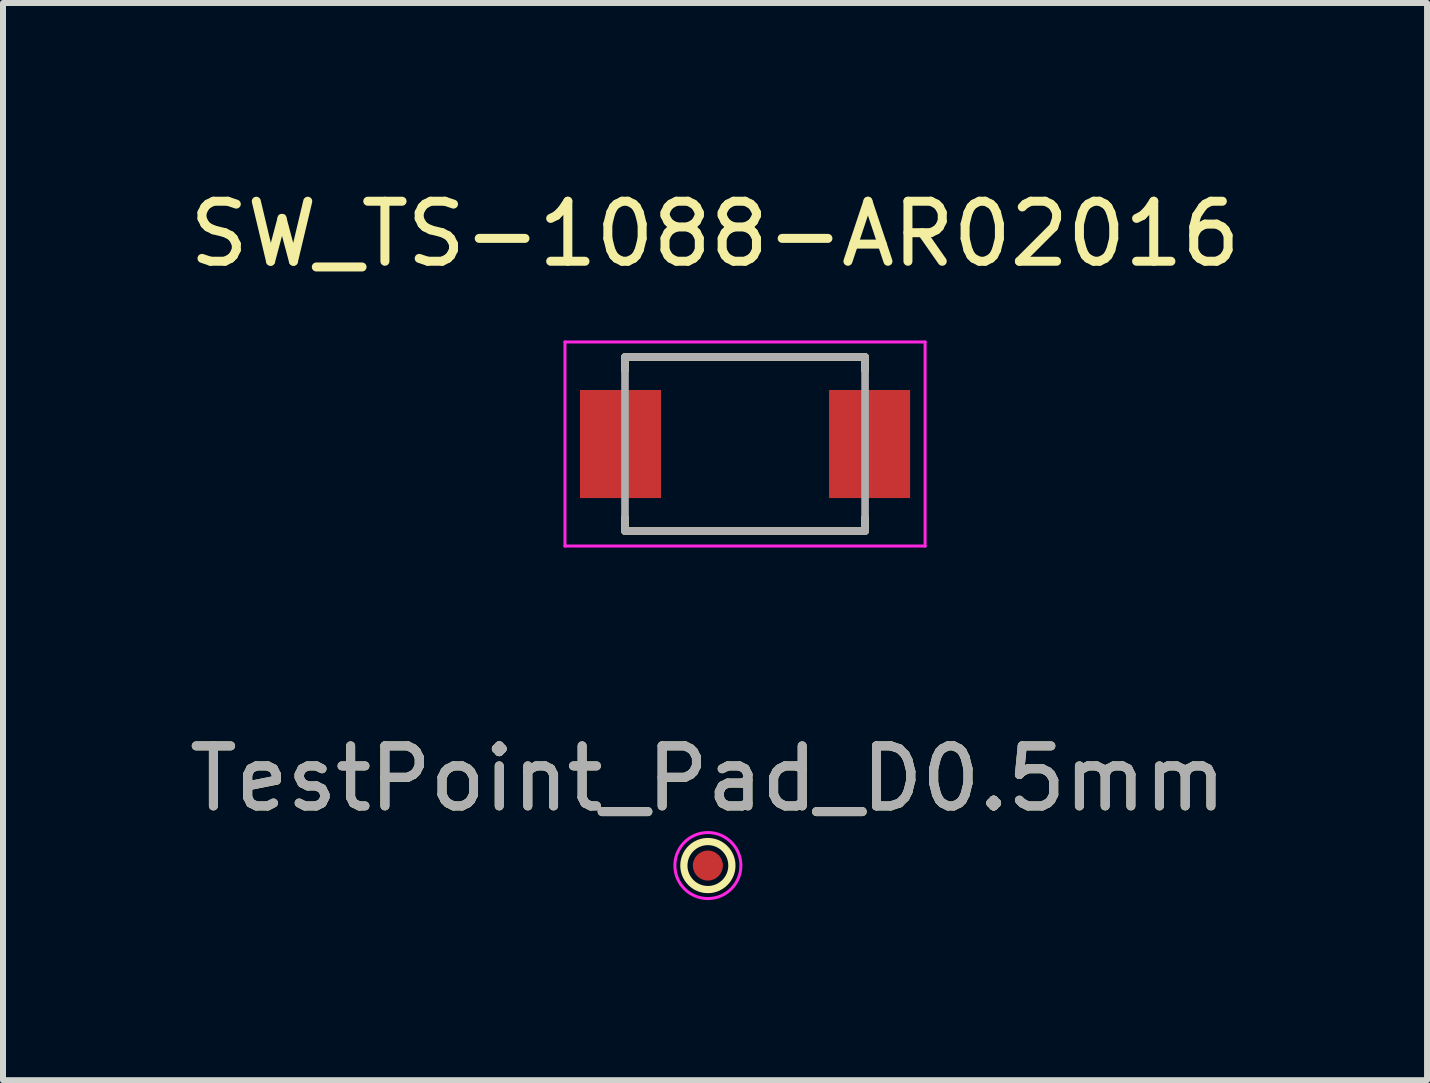
<source format=kicad_pcb>
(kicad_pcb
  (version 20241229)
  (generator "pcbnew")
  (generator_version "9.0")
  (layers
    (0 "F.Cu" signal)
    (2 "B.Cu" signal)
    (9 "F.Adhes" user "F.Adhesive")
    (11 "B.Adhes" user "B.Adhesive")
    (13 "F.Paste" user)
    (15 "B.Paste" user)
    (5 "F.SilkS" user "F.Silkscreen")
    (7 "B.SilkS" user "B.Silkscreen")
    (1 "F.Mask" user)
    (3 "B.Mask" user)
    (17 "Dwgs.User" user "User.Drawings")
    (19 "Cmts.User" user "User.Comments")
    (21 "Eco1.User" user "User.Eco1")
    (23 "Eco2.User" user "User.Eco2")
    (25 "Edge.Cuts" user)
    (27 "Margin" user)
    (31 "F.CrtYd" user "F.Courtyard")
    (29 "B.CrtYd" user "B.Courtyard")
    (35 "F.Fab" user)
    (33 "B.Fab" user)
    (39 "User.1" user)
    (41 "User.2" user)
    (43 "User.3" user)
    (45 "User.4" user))
  (footprint "TestPoint_Pad_D0.5mm"
    (layer "F.Cu")
    (at 8.744 11.371)
    (property "Reference" "TestPoint_Pad_D0.5mm" (at 0 -1.448 0) (layer "F.SilkS") (effects (font (size 1 1) (thickness 0.15))))
    (attr exclude_from_pos_files exclude_from_bom)
    (fp_circle (center 0 0) (end 0.4 0) (stroke (width 0.12) (type solid)) (fill no) (layer "F.SilkS"))
    (fp_circle (center 0 0) (end 0.55 0) (stroke (width 0.05) (type solid)) (fill no) (layer "F.CrtYd"))
    (fp_text user "${REFERENCE}" (at 0 -1.45 0) (layer "F.Fab") (effects (font (size 1 1) (thickness 0.15))))
    (pad "1" smd circle (at 0 0) (size 0.5 0.5) (layers "F.Cu" "F.Mask")))
  (footprint "SW_TS-1088-AR02016"
    (layer "F.Cu")
    (at 9.363 4.348)
    (property "Reference" "SW_TS-1088-AR02016" (at -0.5 -3.5 0) (layer "F.SilkS") (effects (font (size 1 1) (thickness 0.15))))
    (attr smd)
    (fp_line (start -2 -1.45) (end 2 -1.45) (stroke (width 0.127) (type solid)) (layer "F.SilkS"))
    (fp_line (start -2 -1.22) (end -2 -1.45) (stroke (width 0.127) (type solid)) (layer "F.SilkS"))
    (fp_line (start -2 1.45) (end -2 1.22) (stroke (width 0.127) (type solid)) (layer "F.SilkS"))
    (fp_line (start 2 -1.45) (end 2 -1.22) (stroke (width 0.127) (type solid)) (layer "F.SilkS"))
    (fp_line (start 2 1.45) (end -2 1.45) (stroke (width 0.127) (type solid)) (layer "F.SilkS"))
    (fp_line (start 2 1.45) (end 2 1.22) (stroke (width 0.127) (type solid)) (layer "F.SilkS"))
    (fp_line (start -3 -1.7) (end -3 1.7) (stroke (width 0.05) (type solid)) (layer "F.CrtYd"))
    (fp_line (start -3 1.7) (end 3 1.7) (stroke (width 0.05) (type solid)) (layer "F.CrtYd"))
    (fp_line (start 3 -1.7) (end -3 -1.7) (stroke (width 0.05) (type solid)) (layer "F.CrtYd"))
    (fp_line (start 3 1.7) (end 3 -1.7) (stroke (width 0.05) (type solid)) (layer "F.CrtYd"))
    (fp_line (start -2 -1.45) (end 2 -1.45) (stroke (width 0.127) (type solid)) (layer "F.Fab"))
    (fp_line (start -2 1.45) (end -2 -1.45) (stroke (width 0.127) (type solid)) (layer "F.Fab"))
    (fp_line (start 2 -1.45) (end 2 1.45) (stroke (width 0.127) (type solid)) (layer "F.Fab"))
    (fp_line (start 2 1.45) (end -2 1.45) (stroke (width 0.127) (type solid)) (layer "F.Fab"))
    (pad "1" smd rect (at -2.075 0) (size 1.35 1.8) (layers "F.Cu" "F.Mask" "F.Paste"))
    (pad "2" smd rect (at 2.075 0) (size 1.35 1.8) (layers "F.Cu" "F.Mask" "F.Paste")))
  (gr_rect
    (start -3 -3)
    (end 20.726 14.947)
    (stroke (width 0.1) (type default))
    (fill no)
    (layer "Edge.Cuts")))
</source>
